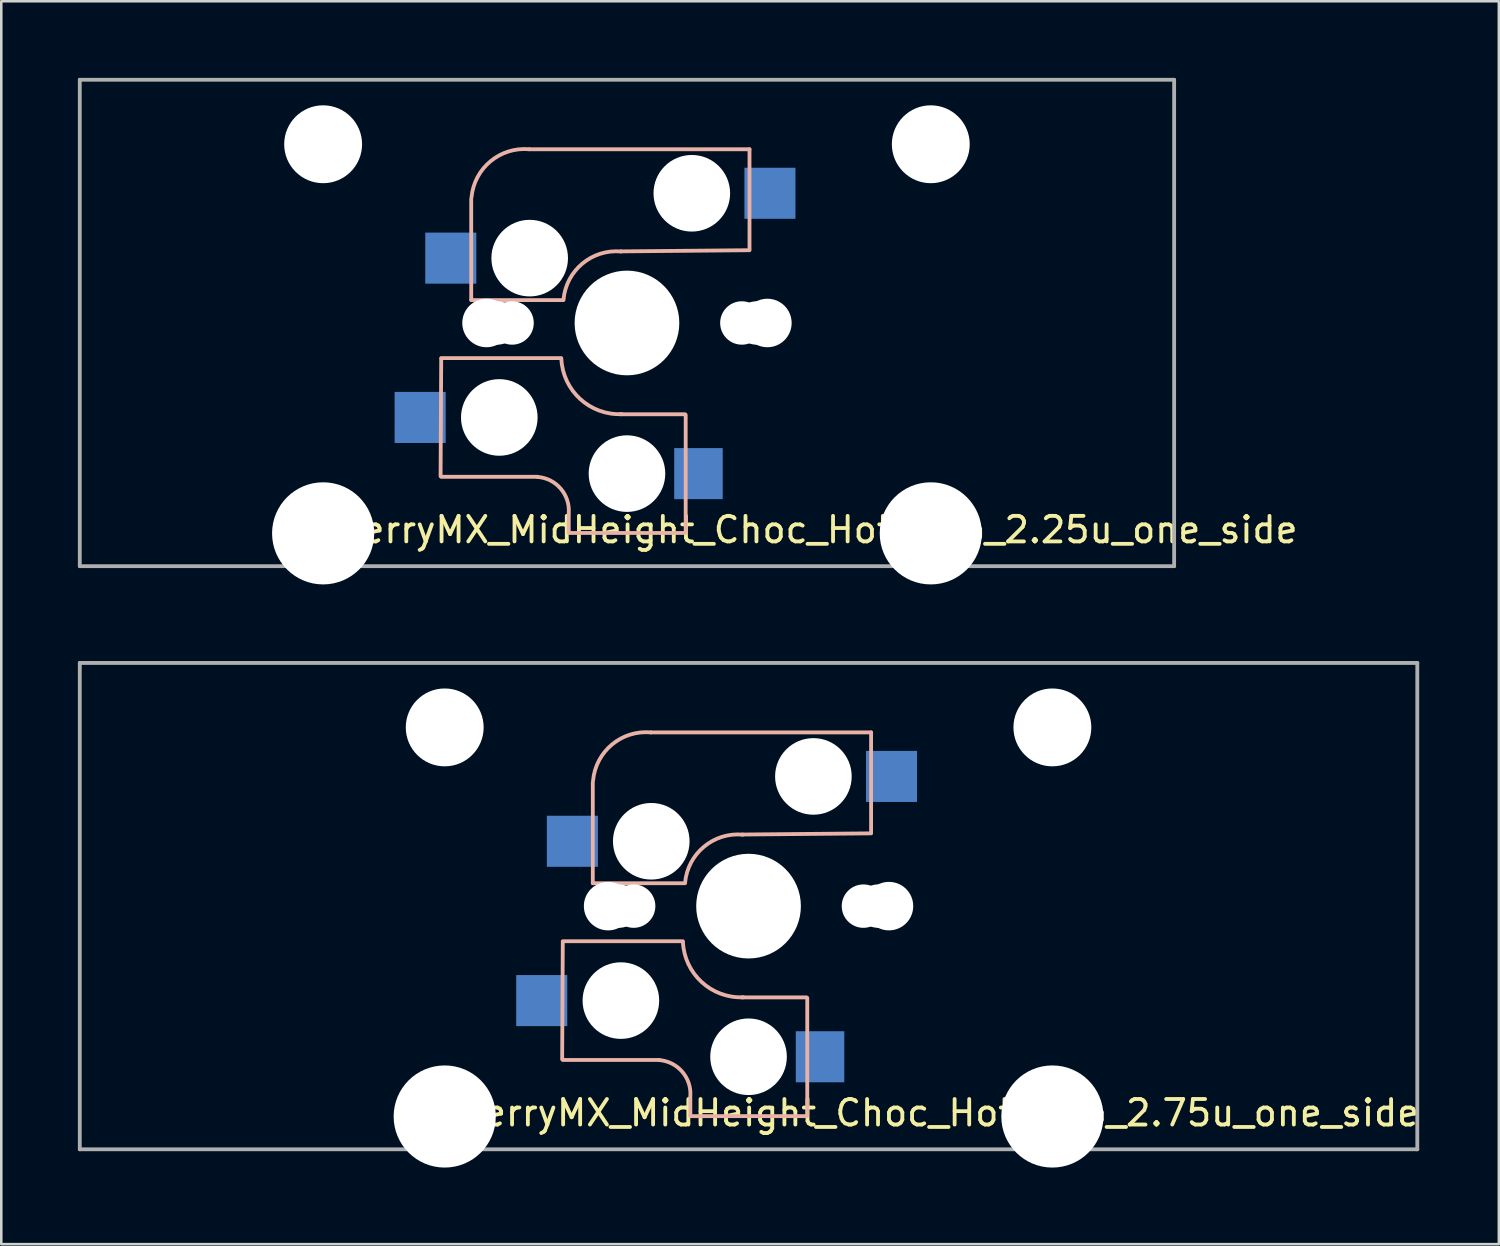
<source format=kicad_pcb>
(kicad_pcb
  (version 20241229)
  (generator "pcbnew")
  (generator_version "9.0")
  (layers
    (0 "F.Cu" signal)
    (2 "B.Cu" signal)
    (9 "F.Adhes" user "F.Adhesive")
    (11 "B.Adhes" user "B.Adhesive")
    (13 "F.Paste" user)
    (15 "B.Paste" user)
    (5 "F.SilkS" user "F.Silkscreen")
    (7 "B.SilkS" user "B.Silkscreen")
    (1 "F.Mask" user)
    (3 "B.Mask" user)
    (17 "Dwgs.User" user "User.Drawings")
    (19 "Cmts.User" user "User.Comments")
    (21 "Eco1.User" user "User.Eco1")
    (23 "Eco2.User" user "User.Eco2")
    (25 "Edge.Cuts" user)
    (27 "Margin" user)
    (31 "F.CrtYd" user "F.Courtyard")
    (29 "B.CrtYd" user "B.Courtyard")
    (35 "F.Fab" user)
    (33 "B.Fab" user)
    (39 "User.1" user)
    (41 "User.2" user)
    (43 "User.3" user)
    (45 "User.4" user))
  (footprint "CherryMX_MidHeight_Choc_Hotswap_2.25u_one_side"
    (layer "F.Cu")
    (at 21.506 9.6)
    (property "Reference" "CherryMX_MidHeight_Choc_Hotswap_2.25u_one_side" (at 7 8.1 0) (layer "F.SilkS") (effects (font (size 1 1) (thickness 0.15))))
    (attr through_hole)
    (fp_line (start -7.275 1.4) (end -7.3 6) (stroke (width 0.15) (type solid)) (layer "B.SilkS"))
    (fp_line (start -6.1 -4.85) (end -6.1 -0.905) (stroke (width 0.15) (type solid)) (layer "B.SilkS"))
    (fp_line (start -6.1 -0.896) (end -2.49 -0.896) (stroke (width 0.15) (type solid)) (layer "B.SilkS"))
    (fp_line (start -3.5 6.025) (end -7.275 6.025) (stroke (width 0.15) (type solid)) (layer "B.SilkS"))
    (fp_line (start -2.575 1.375) (end -7.275 1.375) (stroke (width 0.15) (type solid)) (layer "B.SilkS"))
    (fp_line (start -2.28 7.5) (end -2.28 8.2) (stroke (width 0.15) (type solid)) (layer "B.SilkS"))
    (fp_line (start 2.275 3.575) (end -0.275 3.575) (stroke (width 0.15) (type solid)) (layer "B.SilkS"))
    (fp_line (start 2.275 8.225) (end -2.275 8.225) (stroke (width 0.15) (type solid)) (layer "B.SilkS"))
    (fp_line (start 2.3 3.6) (end 2.3 8.2) (stroke (width 0.15) (type solid)) (layer "B.SilkS"))
    (fp_line (start 4.8 -6.804) (end -3.825 -6.804) (stroke (width 0.15) (type solid)) (layer "B.SilkS"))
    (fp_line (start 4.8 -2.896) (end 4.8 -6.804) (stroke (width 0.15) (type solid)) (layer "B.SilkS"))
    (fp_line (start 4.8 -2.85) (end -0.25 -2.804) (stroke (width 0.15) (type solid)) (layer "B.SilkS"))
    (fp_arc (start -6.089 -4.92) (mid -5.347189 -6.33089) (end -3.825 -6.804) (stroke (width 0.15) (type solid)) (layer "B.SilkS"))
    (fp_arc (start -3.5 6.03) (mid -2.595908 6.48733) (end -2.28 7.45) (stroke (width 0.15) (type solid)) (layer "B.SilkS"))
    (fp_arc (start -2.485 -0.92) (mid -1.744361 -2.328061) (end -0.225 -2.8) (stroke (width 0.15) (type solid)) (layer "B.SilkS"))
    (fp_arc (start -0.2 3.57) (mid -1.834422 2.975843) (end -2.57 1.4) (stroke (width 0.15) (type solid)) (layer "B.SilkS"))
    (fp_line (start -7 -7) (end 7 -7) (stroke (width 0.15) (type solid)) (layer "Eco2.User"))
    (fp_line (start -7 7) (end -7 -7) (stroke (width 0.15) (type solid)) (layer "Eco2.User"))
    (fp_line (start 7 -7) (end 7 7) (stroke (width 0.15) (type solid)) (layer "Eco2.User"))
    (fp_line (start 7 7) (end -7 7) (stroke (width 0.15) (type solid)) (layer "Eco2.User"))
    (fp_line (start -21.431 -9.525) (end -21.431 9.525) (stroke (width 0.15) (type solid)) (layer "F.Fab"))
    (fp_line (start -21.431 9.525) (end 21.431 9.525) (stroke (width 0.15) (type solid)) (layer "F.Fab"))
    (fp_line (start 21.431 -9.525) (end -21.431 -9.525) (stroke (width 0.15) (type solid)) (layer "F.Fab"))
    (fp_line (start 21.431 9.525) (end 21.431 -9.525) (stroke (width 0.15) (type solid)) (layer "F.Fab"))
    (pad "" np_thru_hole circle (at -11.9 -7) (size 3.05 3.05) (drill 3.05) (layers "*.Cu" "*.Mask"))
    (pad "" np_thru_hole circle (at -11.9 8.24) (size 4 4) (drill 4) (layers "*.Cu" "*.Mask"))
    (pad "" np_thru_hole circle (at -5.5 0 90) (size 1.9 1.9) (drill 1.9) (layers "*.Cu" "*.Mask"))
    (pad "" np_thru_hole circle (at -5.08 0) (size 1.7 1.7) (drill 1.7) (layers "*.Cu" "*.Mask"))
    (pad "" np_thru_hole circle (at -5 3.7 90) (size 3 3) (drill 3) (layers "*.Cu" "*.Mask"))
    (pad "" np_thru_hole circle (at -4.5 0) (size 1.7 1.7) (drill 1.7) (layers "*.Cu" "*.Mask"))
    (pad "" np_thru_hole circle (at -3.81 -2.54 180) (size 3 3) (drill 3) (layers "*.Cu" "*.Mask"))
    (pad "" np_thru_hole circle (at 0 0 90) (size 4.1 4.1) (drill 4.1) (layers "*.Cu" "*.Mask"))
    (pad "" np_thru_hole circle (at 0 5.9 90) (size 3 3) (drill 3) (layers "*.Cu" "*.Mask"))
    (pad "" np_thru_hole circle (at 2.54 -5.08 180) (size 3 3) (drill 3) (layers "*.Cu" "*.Mask"))
    (pad "" np_thru_hole circle (at 4.5 0) (size 1.7 1.7) (drill 1.7) (layers "*.Cu" "*.Mask"))
    (pad "" np_thru_hole circle (at 5.08 0) (size 1.7 1.7) (drill 1.7) (layers "*.Cu" "*.Mask"))
    (pad "" np_thru_hole circle (at 5.5 0 90) (size 1.9 1.9) (drill 1.9) (layers "*.Cu" "*.Mask"))
    (pad "" np_thru_hole circle (at 11.9 -7) (size 3.05 3.05) (drill 3.05) (layers "*.Cu" "*.Mask"))
    (pad "" np_thru_hole circle (at 11.9 8.24) (size 4 4) (drill 4) (layers "*.Cu" "*.Mask"))
    (pad "1" smd rect (at -8.1 3.7 180) (size 2 2) (layers "B.Cu" "B.Mask" "B.Paste"))
    (pad "1" smd rect (at -6.9 -2.54 180) (size 2 2) (layers "B.Cu" "B.Mask" "B.Paste"))
    (pad "2" smd rect (at 2.8 5.9 180) (size 1.9 2) (layers "B.Cu" "B.Mask" "B.Paste"))
    (pad "2" smd rect (at 5.6 -5.08 180) (size 2 2) (layers "B.Cu" "B.Mask" "B.Paste")))
  (footprint "CherryMX_MidHeight_Choc_Hotswap_2.75u_one_side"
    (layer "F.Cu")
    (at 26.268 32.44)
    (property "Reference" "CherryMX_MidHeight_Choc_Hotswap_2.75u_one_side" (at 7 8.1 0) (layer "F.SilkS") (effects (font (size 1 1) (thickness 0.15))))
    (attr through_hole)
    (fp_line (start -7.275 1.4) (end -7.3 6) (stroke (width 0.15) (type solid)) (layer "B.SilkS"))
    (fp_line (start -6.1 -4.85) (end -6.1 -0.905) (stroke (width 0.15) (type solid)) (layer "B.SilkS"))
    (fp_line (start -6.1 -0.896) (end -2.49 -0.896) (stroke (width 0.15) (type solid)) (layer "B.SilkS"))
    (fp_line (start -3.5 6.025) (end -7.275 6.025) (stroke (width 0.15) (type solid)) (layer "B.SilkS"))
    (fp_line (start -2.575 1.375) (end -7.275 1.375) (stroke (width 0.15) (type solid)) (layer "B.SilkS"))
    (fp_line (start -2.28 7.5) (end -2.28 8.2) (stroke (width 0.15) (type solid)) (layer "B.SilkS"))
    (fp_line (start 2.275 3.575) (end -0.275 3.575) (stroke (width 0.15) (type solid)) (layer "B.SilkS"))
    (fp_line (start 2.275 8.225) (end -2.275 8.225) (stroke (width 0.15) (type solid)) (layer "B.SilkS"))
    (fp_line (start 2.3 3.6) (end 2.3 8.2) (stroke (width 0.15) (type solid)) (layer "B.SilkS"))
    (fp_line (start 4.8 -6.804) (end -3.825 -6.804) (stroke (width 0.15) (type solid)) (layer "B.SilkS"))
    (fp_line (start 4.8 -2.896) (end 4.8 -6.804) (stroke (width 0.15) (type solid)) (layer "B.SilkS"))
    (fp_line (start 4.8 -2.85) (end -0.25 -2.804) (stroke (width 0.15) (type solid)) (layer "B.SilkS"))
    (fp_arc (start -6.089 -4.92) (mid -5.347189 -6.33089) (end -3.825 -6.804) (stroke (width 0.15) (type solid)) (layer "B.SilkS"))
    (fp_arc (start -3.5 6.03) (mid -2.595908 6.48733) (end -2.28 7.45) (stroke (width 0.15) (type solid)) (layer "B.SilkS"))
    (fp_arc (start -2.485 -0.92) (mid -1.744361 -2.328061) (end -0.225 -2.8) (stroke (width 0.15) (type solid)) (layer "B.SilkS"))
    (fp_arc (start -0.2 3.57) (mid -1.834422 2.975843) (end -2.57 1.4) (stroke (width 0.15) (type solid)) (layer "B.SilkS"))
    (fp_line (start -7 -7) (end 7 -7) (stroke (width 0.15) (type solid)) (layer "Eco2.User"))
    (fp_line (start -7 7) (end -7 -7) (stroke (width 0.15) (type solid)) (layer "Eco2.User"))
    (fp_line (start 7 -7) (end 7 7) (stroke (width 0.15) (type solid)) (layer "Eco2.User"))
    (fp_line (start 7 7) (end -7 7) (stroke (width 0.15) (type solid)) (layer "Eco2.User"))
    (fp_line (start -26.193 -9.525) (end -26.193 9.525) (stroke (width 0.15) (type solid)) (layer "F.Fab"))
    (fp_line (start -26.193 9.525) (end 26.193 9.525) (stroke (width 0.15) (type solid)) (layer "F.Fab"))
    (fp_line (start 26.193 -9.525) (end -26.193 -9.525) (stroke (width 0.15) (type solid)) (layer "F.Fab"))
    (fp_line (start 26.193 9.525) (end 26.193 -9.525) (stroke (width 0.15) (type solid)) (layer "F.Fab"))
    (pad "" np_thru_hole circle (at -11.9 -7) (size 3.05 3.05) (drill 3.05) (layers "*.Cu" "*.Mask"))
    (pad "" np_thru_hole circle (at -11.9 8.24) (size 4 4) (drill 4) (layers "*.Cu" "*.Mask"))
    (pad "" np_thru_hole circle (at -5.5 0 90) (size 1.9 1.9) (drill 1.9) (layers "*.Cu" "*.Mask"))
    (pad "" np_thru_hole circle (at -5.08 0) (size 1.7 1.7) (drill 1.7) (layers "*.Cu" "*.Mask"))
    (pad "" np_thru_hole circle (at -5 3.7 90) (size 3 3) (drill 3) (layers "*.Cu" "*.Mask"))
    (pad "" np_thru_hole circle (at -4.5 0) (size 1.7 1.7) (drill 1.7) (layers "*.Cu" "*.Mask"))
    (pad "" np_thru_hole circle (at -3.81 -2.54 180) (size 3 3) (drill 3) (layers "*.Cu" "*.Mask"))
    (pad "" np_thru_hole circle (at 0 0 90) (size 4.1 4.1) (drill 4.1) (layers "*.Cu" "*.Mask"))
    (pad "" np_thru_hole circle (at 0 5.9 90) (size 3 3) (drill 3) (layers "*.Cu" "*.Mask"))
    (pad "" np_thru_hole circle (at 2.54 -5.08 180) (size 3 3) (drill 3) (layers "*.Cu" "*.Mask"))
    (pad "" np_thru_hole circle (at 4.5 0) (size 1.7 1.7) (drill 1.7) (layers "*.Cu" "*.Mask"))
    (pad "" np_thru_hole circle (at 5.08 0) (size 1.7 1.7) (drill 1.7) (layers "*.Cu" "*.Mask"))
    (pad "" np_thru_hole circle (at 5.5 0 90) (size 1.9 1.9) (drill 1.9) (layers "*.Cu" "*.Mask"))
    (pad "" np_thru_hole circle (at 11.9 -7) (size 3.05 3.05) (drill 3.05) (layers "*.Cu" "*.Mask"))
    (pad "" np_thru_hole circle (at 11.9 8.24) (size 4 4) (drill 4) (layers "*.Cu" "*.Mask"))
    (pad "1" smd rect (at -8.1 3.7 180) (size 2 2) (layers "B.Cu" "B.Mask" "B.Paste"))
    (pad "1" smd rect (at -6.9 -2.54 180) (size 2 2) (layers "B.Cu" "B.Mask" "B.Paste"))
    (pad "2" smd rect (at 2.8 5.9 180) (size 1.9 2) (layers "B.Cu" "B.Mask" "B.Paste"))
    (pad "2" smd rect (at 5.6 -5.08 180) (size 2 2) (layers "B.Cu" "B.Mask" "B.Paste")))
  (gr_rect
    (start -3 -3)
    (end 55.655 45.68)
    (stroke (width 0.1) (type default))
    (fill no)
    (layer "Edge.Cuts")))
</source>
